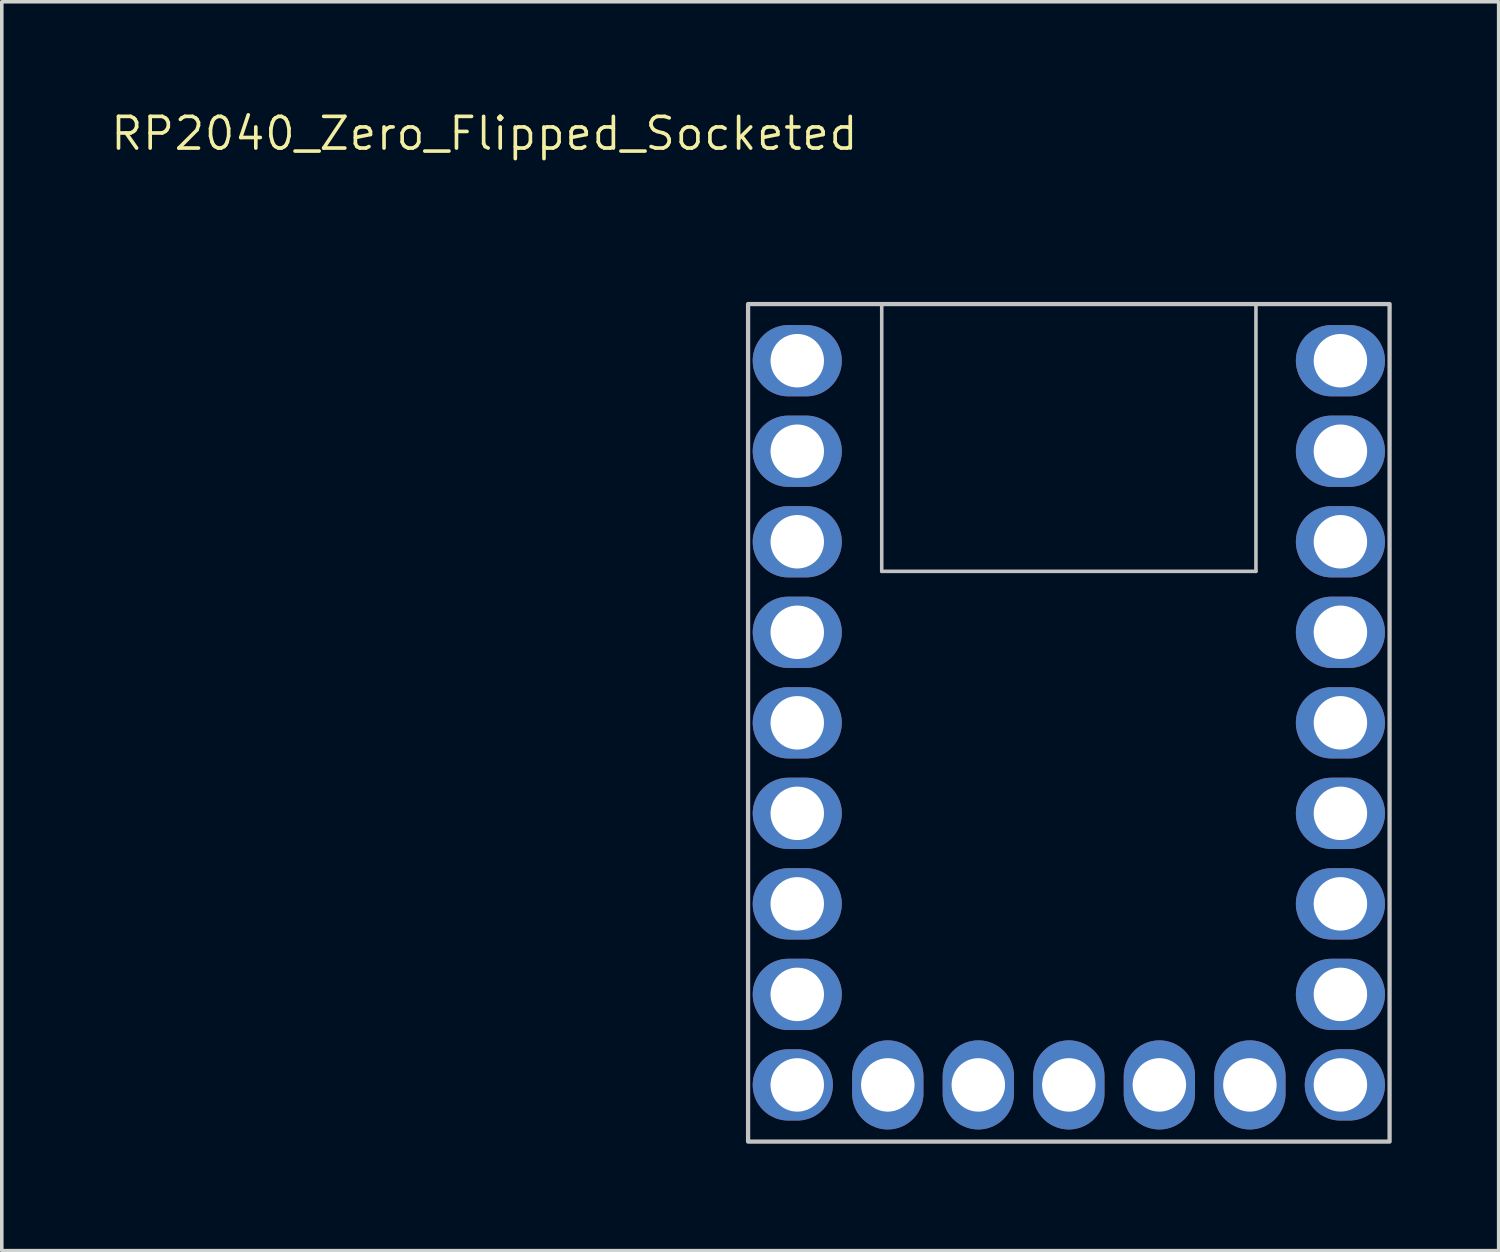
<source format=kicad_pcb>
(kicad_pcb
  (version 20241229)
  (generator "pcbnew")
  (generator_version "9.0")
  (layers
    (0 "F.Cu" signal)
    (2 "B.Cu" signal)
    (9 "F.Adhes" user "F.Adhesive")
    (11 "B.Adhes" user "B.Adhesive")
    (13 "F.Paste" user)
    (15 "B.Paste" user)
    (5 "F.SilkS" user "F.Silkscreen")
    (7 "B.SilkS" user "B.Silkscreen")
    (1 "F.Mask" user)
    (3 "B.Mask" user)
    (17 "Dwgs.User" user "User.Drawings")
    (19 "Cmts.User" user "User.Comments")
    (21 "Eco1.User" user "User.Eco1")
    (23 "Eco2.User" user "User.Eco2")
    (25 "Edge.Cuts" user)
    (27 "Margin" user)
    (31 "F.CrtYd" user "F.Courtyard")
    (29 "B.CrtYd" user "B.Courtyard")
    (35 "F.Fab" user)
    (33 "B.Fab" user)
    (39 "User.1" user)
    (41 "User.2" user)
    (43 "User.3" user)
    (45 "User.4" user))
  (footprint "RP2040_Zero_Flipped_Socketed"
    (layer "F.Cu")
    (at 26.94 17.231)
    (property "Reference" "RP2040_Zero_Flipped_Socketed" (at -16.399 -16.533 0) (layer "F.SilkS") (effects (font (size 0.889 0.889) (thickness 0.102))))
    (attr through_hole exclude_from_pos_files)
    (fp_line (start -5.25 -11.75) (end -5.25 -4.25) (stroke (width 0.1) (type default)) (layer "Dwgs.User"))
    (fp_line (start -5.25 -4.25) (end 5.25 -4.25) (stroke (width 0.1) (type default)) (layer "Dwgs.User"))
    (fp_line (start 5.25 -11.75) (end 5.25 -4.25) (stroke (width 0.1) (type default)) (layer "Dwgs.User"))
    (fp_rect (start -9 -11.75) (end 9 11.75) (stroke (width 0.12) (type solid)) (fill no) (layer "Dwgs.User"))
    (pad "1" thru_hole oval (at -7.62 -10.16 180) (size 2.5 2) (drill 1.5) (layers "*.Cu" "*.Mask"))
    (pad "2" thru_hole oval (at -7.62 -7.62 180) (size 2.5 2) (drill 1.5) (layers "*.Cu" "*.Mask"))
    (pad "3" thru_hole oval (at -7.62 -5.08 180) (size 2.5 2) (drill 1.5) (layers "*.Cu" "*.Mask"))
    (pad "4" thru_hole oval (at -7.62 -2.54 180) (size 2.5 2) (drill 1.5) (layers "*.Cu" "*.Mask"))
    (pad "5" thru_hole oval (at -7.62 0 180) (size 2.5 2) (drill 1.5) (layers "*.Cu" "*.Mask"))
    (pad "6" thru_hole oval (at -7.62 2.54 180) (size 2.5 2) (drill 1.5) (layers "*.Cu" "*.Mask"))
    (pad "7" thru_hole oval (at -7.62 5.08 180) (size 2.5 2) (drill 1.5) (layers "*.Cu" "*.Mask"))
    (pad "8" thru_hole oval (at -7.62 7.62 180) (size 2.5 2) (drill 1.5) (layers "*.Cu" "*.Mask"))
    (pad "9" thru_hole oval (at -7.62 10.16 180) (size 2.25 2) (drill 1.5 (offset 0.125 0)) (layers "*.Cu" "*.Mask"))
    (pad "10" thru_hole oval (at -5.08 10.16 270) (size 2.5 2) (drill 1.5) (layers "*.Cu" "*.Mask"))
    (pad "11" thru_hole oval (at -2.54 10.16 270) (size 2.5 2) (drill 1.5) (layers "*.Cu" "*.Mask"))
    (pad "12" thru_hole oval (at 0 10.16 270) (size 2.5 2) (drill 1.5) (layers "*.Cu" "*.Mask"))
    (pad "13" thru_hole oval (at 2.54 10.16 270) (size 2.5 2) (drill 1.5) (layers "*.Cu" "*.Mask"))
    (pad "14" thru_hole oval (at 5.08 10.16 270) (size 2.5 2) (drill 1.5) (layers "*.Cu" "*.Mask"))
    (pad "15" thru_hole oval (at 7.62 10.16) (size 2.25 2) (drill 1.5 (offset 0.125 0)) (layers "*.Cu" "*.Mask"))
    (pad "16" thru_hole oval (at 7.62 7.62) (size 2.5 2) (drill 1.5) (layers "*.Cu" "*.Mask"))
    (pad "17" thru_hole oval (at 7.62 5.08) (size 2.5 2) (drill 1.5) (layers "*.Cu" "*.Mask"))
    (pad "18" thru_hole oval (at 7.62 2.54) (size 2.5 2) (drill 1.5) (layers "*.Cu" "*.Mask"))
    (pad "19" thru_hole oval (at 7.62 0) (size 2.5 2) (drill 1.5) (layers "*.Cu" "*.Mask"))
    (pad "20" thru_hole oval (at 7.62 -2.54) (size 2.5 2) (drill 1.5) (layers "*.Cu" "*.Mask"))
    (pad "21" thru_hole oval (at 7.62 -5.08) (size 2.5 2) (drill 1.5) (layers "*.Cu" "*.Mask"))
    (pad "22" thru_hole oval (at 7.62 -7.62) (size 2.5 2) (drill 1.5) (layers "*.Cu" "*.Mask"))
    (pad "23" thru_hole oval (at 7.62 -10.16) (size 2.5 2) (drill 1.5) (layers "*.Cu" "*.Mask")))
  (gr_rect
    (start -3 -3)
    (end 39 32.041)
    (stroke (width 0.1) (type default))
    (fill no)
    (layer "Edge.Cuts")))
</source>
